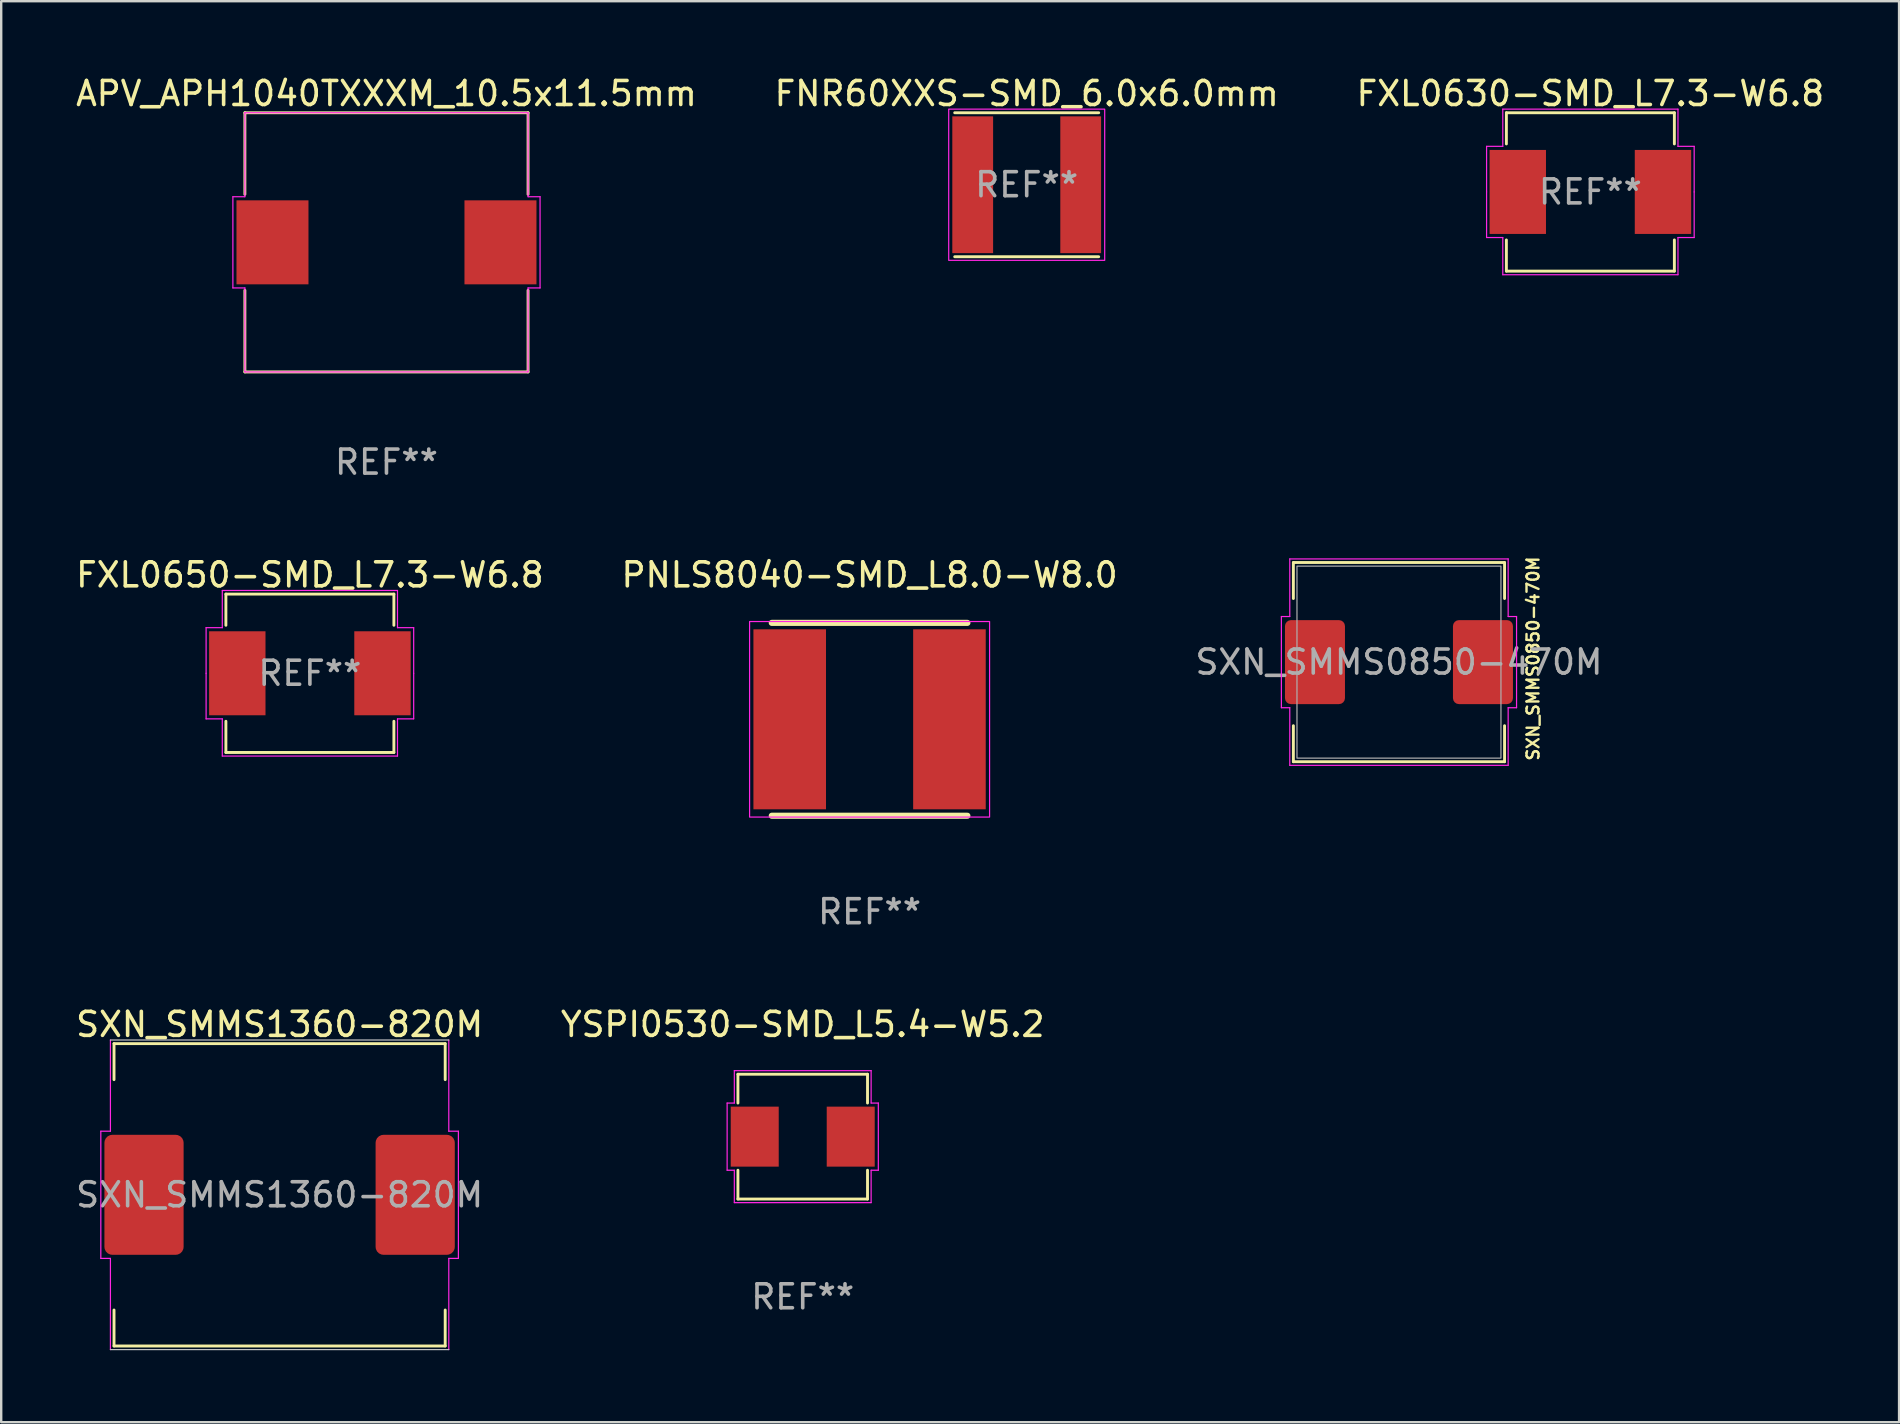
<source format=kicad_pcb>
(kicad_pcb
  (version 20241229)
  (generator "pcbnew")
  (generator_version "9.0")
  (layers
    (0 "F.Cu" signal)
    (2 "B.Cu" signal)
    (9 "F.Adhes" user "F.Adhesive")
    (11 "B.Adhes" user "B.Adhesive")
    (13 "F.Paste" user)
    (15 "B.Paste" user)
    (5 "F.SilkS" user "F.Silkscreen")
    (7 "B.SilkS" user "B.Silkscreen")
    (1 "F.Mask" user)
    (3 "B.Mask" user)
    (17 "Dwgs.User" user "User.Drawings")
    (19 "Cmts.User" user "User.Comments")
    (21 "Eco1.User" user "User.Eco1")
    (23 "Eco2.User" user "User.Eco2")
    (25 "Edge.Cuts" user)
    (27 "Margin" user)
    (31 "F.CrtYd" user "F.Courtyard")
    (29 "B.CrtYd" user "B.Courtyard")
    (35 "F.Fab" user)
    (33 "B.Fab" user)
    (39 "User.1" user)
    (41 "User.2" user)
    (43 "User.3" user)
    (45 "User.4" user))
  (footprint "FXL0650-SMD_L7.3-W6.8"
    (layer "F.Cu")
    (at 9.863 25.005)
    (property "Reference" "FXL0650-SMD_L7.3-W6.8" (at 0 -4.1 0) (layer "F.SilkS") (effects (font (size 1 1) (thickness 0.15))))
    (attr smd)
    (fp_line (start -3.5 -3.3) (end -3.5 -2) (stroke (width 0.12) (type solid)) (layer "F.SilkS"))
    (fp_line (start -3.5 -3.3) (end 3.5 -3.3) (stroke (width 0.12) (type solid)) (layer "F.SilkS"))
    (fp_line (start -3.5 2) (end -3.5 3.3) (stroke (width 0.12) (type solid)) (layer "F.SilkS"))
    (fp_line (start -3.5 3.3) (end 3.5 3.3) (stroke (width 0.12) (type solid)) (layer "F.SilkS"))
    (fp_line (start 3.5 -3.3) (end 3.5 -2) (stroke (width 0.12) (type solid)) (layer "F.SilkS"))
    (fp_line (start 3.5 2) (end 3.5 3.3) (stroke (width 0.12) (type solid)) (layer "F.SilkS"))
    (fp_line (start -4.325 -1.9) (end -4.325 0) (stroke (width 0.05) (type solid)) (layer "F.CrtYd"))
    (fp_line (start -4.325 1.9) (end -4.325 0) (stroke (width 0.05) (type solid)) (layer "F.CrtYd"))
    (fp_line (start -3.65 -3.45) (end -3.65 -1.9) (stroke (width 0.05) (type solid)) (layer "F.CrtYd"))
    (fp_line (start -3.65 -3.45) (end 3.65 -3.45) (stroke (width 0.05) (type solid)) (layer "F.CrtYd"))
    (fp_line (start -3.65 -1.9) (end -4.325 -1.9) (stroke (width 0.05) (type solid)) (layer "F.CrtYd"))
    (fp_line (start -3.65 1.9) (end -4.325 1.9) (stroke (width 0.05) (type solid)) (layer "F.CrtYd"))
    (fp_line (start -3.65 3.45) (end -3.65 1.9) (stroke (width 0.05) (type solid)) (layer "F.CrtYd"))
    (fp_line (start -3.65 3.45) (end 3.65 3.45) (stroke (width 0.05) (type solid)) (layer "F.CrtYd"))
    (fp_line (start 3.65 -3.45) (end 3.65 -1.9) (stroke (width 0.05) (type solid)) (layer "F.CrtYd"))
    (fp_line (start 3.65 -1.9) (end 4.325 -1.9) (stroke (width 0.05) (type solid)) (layer "F.CrtYd"))
    (fp_line (start 3.65 1.9) (end 4.325 1.9) (stroke (width 0.05) (type solid)) (layer "F.CrtYd"))
    (fp_line (start 3.65 3.45) (end 3.65 1.9) (stroke (width 0.05) (type solid)) (layer "F.CrtYd"))
    (fp_line (start 4.325 -1.9) (end 4.325 0) (stroke (width 0.05) (type solid)) (layer "F.CrtYd"))
    (fp_line (start 4.325 1.9) (end 4.325 0) (stroke (width 0.05) (type solid)) (layer "F.CrtYd"))
    (fp_text user "REF**" (at 0 0 0) (layer "F.Fab") (effects (font (size 1 1) (thickness 0.15))))
    (pad "1" smd rect (at -3.025 0) (size 2.35 3.5) (layers "F.Cu" "F.Mask" "F.Paste"))
    (pad "2" smd rect (at 3.025 0) (size 2.35 3.5) (layers "F.Cu" "F.Mask" "F.Paste")))
  (footprint "APV_APH1040TXXXM_10.5x11.5mm"
    (layer "F.Cu")
    (at 13.054 7.048)
    (property "Reference" "APV_APH1040TXXXM_10.5x11.5mm" (at -0.000013 -6.2 0) (layer "F.SilkS") (effects (font (size 1 1) (thickness 0.15))))
    (attr through_hole)
    (fp_line (start -5.9 -5.4) (end 5.9 -5.4) (stroke (width 0.12) (type solid)) (layer "F.SilkS"))
    (fp_line (start -5.9 -2) (end -5.9 -5.4) (stroke (width 0.12) (type solid)) (layer "F.SilkS"))
    (fp_line (start -5.9 5.4) (end -5.9 2) (stroke (width 0.12) (type solid)) (layer "F.SilkS"))
    (fp_line (start 5.9 -2) (end 5.9 -5.4) (stroke (width 0.12) (type solid)) (layer "F.SilkS"))
    (fp_line (start 5.9 5.4) (end -5.9 5.4) (stroke (width 0.12) (type solid)) (layer "F.SilkS"))
    (fp_line (start 5.9 5.4) (end 5.9 2) (stroke (width 0.12) (type solid)) (layer "F.SilkS"))
    (fp_line (start -6.4 -1.9) (end -6.4 1.9) (stroke (width 0.05) (type solid)) (layer "F.CrtYd"))
    (fp_line (start -6.4 1.9) (end -5.9 1.9) (stroke (width 0.05) (type solid)) (layer "F.CrtYd"))
    (fp_line (start -5.9 -5.4) (end -5.9 -1.9) (stroke (width 0.05) (type solid)) (layer "F.CrtYd"))
    (fp_line (start -5.9 -1.9) (end -6.4 -1.9) (stroke (width 0.05) (type solid)) (layer "F.CrtYd"))
    (fp_line (start -5.9 1.9) (end -5.9 5.4) (stroke (width 0.05) (type solid)) (layer "F.CrtYd"))
    (fp_line (start -5.9 5.4) (end 5.9 5.4) (stroke (width 0.05) (type solid)) (layer "F.CrtYd"))
    (fp_line (start 5.9 -5.4) (end -5.9 -5.4) (stroke (width 0.05) (type solid)) (layer "F.CrtYd"))
    (fp_line (start 5.9 -1.9) (end 5.9 -5.4) (stroke (width 0.05) (type solid)) (layer "F.CrtYd"))
    (fp_line (start 5.9 1.9) (end 6.4 1.9) (stroke (width 0.05) (type solid)) (layer "F.CrtYd"))
    (fp_line (start 5.9 5.4) (end 5.9 1.9) (stroke (width 0.05) (type solid)) (layer "F.CrtYd"))
    (fp_line (start 6.4 -1.9) (end 5.9 -1.9) (stroke (width 0.05) (type solid)) (layer "F.CrtYd"))
    (fp_line (start 6.4 1.9) (end 6.4 -1.9) (stroke (width 0.05) (type solid)) (layer "F.CrtYd"))
    (fp_text user "REF**" (at -0.000013 9.16 0) (layer "F.Fab") (effects (font (size 1 1) (thickness 0.15))))
    (pad "1" smd rect (at -4.75 0) (size 3 3.5) (layers "F.Cu" "F.Mask" "F.Paste"))
    (pad "2" smd rect (at 4.75 0) (size 3 3.5) (layers "F.Cu" "F.Mask" "F.Paste")))
  (footprint "YSPI0530-SMD_L5.4-W5.2"
    (layer "F.Cu")
    (at 30.399 44.313)
    (property "Reference" "YSPI0530-SMD_L5.4-W5.2" (at 0 -4.676 0) (layer "F.SilkS") (effects (font (size 1 1) (thickness 0.15))))
    (attr smd)
    (fp_line (start -2.7 -2.6) (end 2.7 -2.6) (stroke (width 0.12) (type solid)) (layer "F.SilkS"))
    (fp_line (start -2.7 -1.4) (end -2.7 -2.6) (stroke (width 0.12) (type solid)) (layer "F.SilkS"))
    (fp_line (start -2.7 1.4) (end -2.7 2.6) (stroke (width 0.12) (type solid)) (layer "F.SilkS"))
    (fp_line (start -2.7 2.6) (end 2.7 2.6) (stroke (width 0.12) (type solid)) (layer "F.SilkS"))
    (fp_line (start 2.7 -2.6) (end 2.7 -1.4) (stroke (width 0.12) (type solid)) (layer "F.SilkS"))
    (fp_line (start 2.7 2.6) (end 2.7 1.4) (stroke (width 0.12) (type solid)) (layer "F.SilkS"))
    (fp_line (start -3.15 -1.4) (end -3.15 1.4) (stroke (width 0.05) (type default)) (layer "F.CrtYd"))
    (fp_line (start -3.15 1.4) (end -2.85 1.4) (stroke (width 0.05) (type default)) (layer "F.CrtYd"))
    (fp_line (start -2.85 -2.75) (end -2.85 -1.4) (stroke (width 0.05) (type default)) (layer "F.CrtYd"))
    (fp_line (start -2.85 -1.4) (end -3.15 -1.4) (stroke (width 0.05) (type default)) (layer "F.CrtYd"))
    (fp_line (start -2.85 1.4) (end -2.85 2.75) (stroke (width 0.05) (type default)) (layer "F.CrtYd"))
    (fp_line (start -2.85 2.75) (end 2.85 2.75) (stroke (width 0.05) (type default)) (layer "F.CrtYd"))
    (fp_line (start 2.85 -2.75) (end -2.85 -2.75) (stroke (width 0.05) (type default)) (layer "F.CrtYd"))
    (fp_line (start 2.85 -1.4) (end 2.85 -2.75) (stroke (width 0.05) (type default)) (layer "F.CrtYd"))
    (fp_line (start 2.85 -1.4) (end 3.15 -1.4) (stroke (width 0.05) (type default)) (layer "F.CrtYd"))
    (fp_line (start 2.85 1.4) (end 3.15 1.4) (stroke (width 0.05) (type default)) (layer "F.CrtYd"))
    (fp_line (start 2.85 2.75) (end 2.85 1.4) (stroke (width 0.05) (type default)) (layer "F.CrtYd"))
    (fp_line (start 3.15 1.4) (end 3.15 -1.4) (stroke (width 0.05) (type default)) (layer "F.CrtYd"))
    (fp_text user "REF**" (at 0 6.676 0) (layer "F.Fab") (effects (font (size 1 1) (thickness 0.15))))
    (pad "1" smd rect (at 2 0) (size 2 2.5) (layers "F.Cu" "F.Mask" "F.Paste"))
    (pad "2" smd rect (at -2 0) (size 2 2.5) (layers "F.Cu" "F.Mask" "F.Paste")))
  (footprint "SXN_SMMS0850-470M"
    (layer "F.Cu")
    (at 55.244 24.54)
    (property "Reference" "SXN_SMMS0850-470M" (at 5.588 -0.146 90) (unlocked yes) (layer "F.SilkS") (effects (font (size 0.5 0.5) (thickness 0.1))))
    (attr smd)
    (fp_line (start -4.4 -4.15) (end -4.4 -2.65) (stroke (width 0.12) (type solid)) (layer "F.SilkS"))
    (fp_line (start -4.4 -4.15) (end 4.4 -4.15) (stroke (width 0.12) (type solid)) (layer "F.SilkS"))
    (fp_line (start -4.4 4.15) (end -4.4 2.65) (stroke (width 0.12) (type solid)) (layer "F.SilkS"))
    (fp_line (start 4.4 -4.15) (end 4.4 -2.65) (stroke (width 0.12) (type solid)) (layer "F.SilkS"))
    (fp_line (start 4.4 4.15) (end -4.4 4.15) (stroke (width 0.12) (type solid)) (layer "F.SilkS"))
    (fp_line (start 4.4 4.15) (end 4.4 2.65) (stroke (width 0.12) (type solid)) (layer "F.SilkS"))
    (fp_line (start -4.9 -1.9) (end -4.9 1.9) (stroke (width 0.05) (type solid)) (layer "F.CrtYd"))
    (fp_line (start -4.55 -4.3) (end -4.55 -1.9) (stroke (width 0.05) (type solid)) (layer "F.CrtYd"))
    (fp_line (start -4.55 -4.3) (end 4.55 -4.3) (stroke (width 0.05) (type solid)) (layer "F.CrtYd"))
    (fp_line (start -4.55 -1.9) (end -4.9 -1.9) (stroke (width 0.05) (type solid)) (layer "F.CrtYd"))
    (fp_line (start -4.55 1.9) (end -4.9 1.9) (stroke (width 0.05) (type solid)) (layer "F.CrtYd"))
    (fp_line (start -4.55 1.9) (end -4.55 4.3) (stroke (width 0.05) (type solid)) (layer "F.CrtYd"))
    (fp_line (start 4.55 -1.9) (end 4.55 -4.3) (stroke (width 0.05) (type solid)) (layer "F.CrtYd"))
    (fp_line (start 4.55 -1.9) (end 4.9 -1.9) (stroke (width 0.05) (type solid)) (layer "F.CrtYd"))
    (fp_line (start 4.55 1.9) (end 4.9 1.9) (stroke (width 0.05) (type solid)) (layer "F.CrtYd"))
    (fp_line (start 4.55 4.3) (end -4.55 4.3) (stroke (width 0.05) (type solid)) (layer "F.CrtYd"))
    (fp_line (start 4.55 4.3) (end 4.55 1.9) (stroke (width 0.05) (type solid)) (layer "F.CrtYd"))
    (fp_line (start 4.9 1.9) (end 4.9 -1.9) (stroke (width 0.05) (type solid)) (layer "F.CrtYd"))
    (fp_rect (start -4.25 4) (end 4.25 -4) (stroke (width 0.05) (type solid)) (fill no) (layer "F.Fab"))
    (fp_text user "${REFERENCE}" (at 0 0 0) (layer "F.Fab") (effects (font (size 1 1) (thickness 0.15))))
    (pad "1" smd roundrect (at -3.5 0) (size 2.5 3.5) (layers "F.Cu" "F.Mask" "F.Paste") (roundrect_rratio 0.1))
    (pad "2" smd roundrect (at 3.5 0) (size 2.5 3.5) (layers "F.Cu" "F.Mask" "F.Paste") (roundrect_rratio 0.1)))
  (footprint "SXN_SMMS1360-820M"
    (layer "F.Cu")
    (at 8.601 46.737)
    (property "Reference" "SXN_SMMS1360-820M" (at 0 -7.1 0) (unlocked yes) (layer "F.SilkS") (effects (font (size 1 1) (thickness 0.15))))
    (attr smd)
    (fp_line (start -6.9 -6.3) (end -6.9 -4.8) (stroke (width 0.12) (type solid)) (layer "F.SilkS"))
    (fp_line (start -6.9 6.3) (end -6.9 4.8) (stroke (width 0.12) (type solid)) (layer "F.SilkS"))
    (fp_line (start -6.9 6.3) (end 6.9 6.3) (stroke (width 0.12) (type solid)) (layer "F.SilkS"))
    (fp_line (start 6.9 -6.3) (end -6.9 -6.3) (stroke (width 0.12) (type solid)) (layer "F.SilkS"))
    (fp_line (start 6.9 -6.3) (end 6.9 -4.8) (stroke (width 0.12) (type solid)) (layer "F.SilkS"))
    (fp_line (start 6.9 6.3) (end 6.9 4.8) (stroke (width 0.12) (type solid)) (layer "F.SilkS"))
    (fp_line (start -7.05 -6.45) (end 7.05 -6.45) (stroke (width 0.05) (type solid)) (layer "Dwgs.User"))
    (fp_line (start -7.05 6.45) (end 7.05 6.45) (stroke (width 0.05) (type solid)) (layer "Dwgs.User"))
    (fp_line (start -7.45 -2.65) (end -7.45 2.65) (stroke (width 0.05) (type solid)) (layer "F.CrtYd"))
    (fp_line (start -7.05 -6.45) (end -7.05 -2.65) (stroke (width 0.05) (type solid)) (layer "F.CrtYd"))
    (fp_line (start -7.05 -2.65) (end -7.45 -2.65) (stroke (width 0.05) (type solid)) (layer "F.CrtYd"))
    (fp_line (start -7.05 2.65) (end -7.45 2.65) (stroke (width 0.05) (type solid)) (layer "F.CrtYd"))
    (fp_line (start -7.05 2.65) (end -7.05 6.45) (stroke (width 0.05) (type solid)) (layer "F.CrtYd"))
    (fp_line (start 7.05 -2.65) (end 7.05 -6.45) (stroke (width 0.05) (type solid)) (layer "F.CrtYd"))
    (fp_line (start 7.05 -2.65) (end 7.45 -2.65) (stroke (width 0.05) (type solid)) (layer "F.CrtYd"))
    (fp_line (start 7.05 2.65) (end 7.45 2.65) (stroke (width 0.05) (type solid)) (layer "F.CrtYd"))
    (fp_line (start 7.05 6.45) (end 7.05 2.65) (stroke (width 0.05) (type solid)) (layer "F.CrtYd"))
    (fp_line (start 7.45 2.65) (end 7.45 -2.65) (stroke (width 0.05) (type solid)) (layer "F.CrtYd"))
    (fp_text user "${REFERENCE}" (at 0 0 0) (layer "F.Fab") (effects (font (size 1 1) (thickness 0.15))))
    (pad "1" smd roundrect (at -5.65 0) (size 3.3 5) (layers "F.Cu" "F.Mask" "F.Paste") (roundrect_rratio 0.1))
    (pad "2" smd roundrect (at 5.65 0) (size 3.3 5) (layers "F.Cu" "F.Mask" "F.Paste") (roundrect_rratio 0.1)))
  (footprint "FNR60XXS-SMD_6.0x6.0mm"
    (layer "F.Cu")
    (at 39.732 4.648)
    (property "Reference" "FNR60XXS-SMD_6.0x6.0mm" (at 0 -3.8 0) (layer "F.SilkS") (effects (font (size 1 1) (thickness 0.15))))
    (attr through_hole)
    (fp_line (start -3 -3) (end 3 -3) (stroke (width 0.12) (type solid)) (layer "F.SilkS"))
    (fp_line (start -3 3) (end 3 3) (stroke (width 0.12) (type solid)) (layer "F.SilkS"))
    (fp_rect (start -3.25 -3.15) (end 3.25 3.15) (stroke (width 0.05) (type solid)) (fill no) (layer "F.CrtYd"))
    (fp_text user "REF**" (at 0 0 0) (layer "F.Fab") (effects (font (size 1 1) (thickness 0.15))))
    (pad "1" smd rect (at -2.25 0) (size 1.7 5.7) (layers "F.Cu" "F.Mask" "F.Paste"))
    (pad "2" smd rect (at 2.25 0) (size 1.7 5.7) (layers "F.Cu" "F.Mask" "F.Paste")))
  (footprint "FXL0630-SMD_L7.3-W6.8"
    (layer "F.Cu")
    (at 63.22 4.948)
    (property "Reference" "FXL0630-SMD_L7.3-W6.8" (at 0 -4.1 0) (layer "F.SilkS") (effects (font (size 1 1) (thickness 0.15))))
    (attr through_hole)
    (fp_line (start -3.5 -3.3) (end -3.5 -2) (stroke (width 0.12) (type solid)) (layer "F.SilkS"))
    (fp_line (start -3.5 -3.3) (end 3.5 -3.3) (stroke (width 0.12) (type solid)) (layer "F.SilkS"))
    (fp_line (start -3.5 2) (end -3.5 3.3) (stroke (width 0.12) (type solid)) (layer "F.SilkS"))
    (fp_line (start -3.5 3.3) (end 3.5 3.3) (stroke (width 0.12) (type solid)) (layer "F.SilkS"))
    (fp_line (start 3.5 -3.3) (end 3.5 -2) (stroke (width 0.12) (type solid)) (layer "F.SilkS"))
    (fp_line (start 3.5 2) (end 3.5 3.3) (stroke (width 0.12) (type solid)) (layer "F.SilkS"))
    (fp_line (start -4.325 -1.9) (end -4.325 0) (stroke (width 0.05) (type solid)) (layer "F.CrtYd"))
    (fp_line (start -4.325 1.9) (end -4.325 0) (stroke (width 0.05) (type solid)) (layer "F.CrtYd"))
    (fp_line (start -3.65 -3.45) (end -3.65 -1.9) (stroke (width 0.05) (type solid)) (layer "F.CrtYd"))
    (fp_line (start -3.65 -3.45) (end 3.65 -3.45) (stroke (width 0.05) (type solid)) (layer "F.CrtYd"))
    (fp_line (start -3.65 -1.9) (end -4.325 -1.9) (stroke (width 0.05) (type solid)) (layer "F.CrtYd"))
    (fp_line (start -3.65 1.9) (end -4.325 1.9) (stroke (width 0.05) (type solid)) (layer "F.CrtYd"))
    (fp_line (start -3.65 3.45) (end -3.65 1.9) (stroke (width 0.05) (type solid)) (layer "F.CrtYd"))
    (fp_line (start -3.65 3.45) (end 3.65 3.45) (stroke (width 0.05) (type solid)) (layer "F.CrtYd"))
    (fp_line (start 3.65 -3.45) (end 3.65 -1.9) (stroke (width 0.05) (type solid)) (layer "F.CrtYd"))
    (fp_line (start 3.65 -1.9) (end 4.325 -1.9) (stroke (width 0.05) (type solid)) (layer "F.CrtYd"))
    (fp_line (start 3.65 1.9) (end 4.325 1.9) (stroke (width 0.05) (type solid)) (layer "F.CrtYd"))
    (fp_line (start 3.65 3.45) (end 3.65 1.9) (stroke (width 0.05) (type solid)) (layer "F.CrtYd"))
    (fp_line (start 4.325 -1.9) (end 4.325 0) (stroke (width 0.05) (type solid)) (layer "F.CrtYd"))
    (fp_line (start 4.325 1.9) (end 4.325 0) (stroke (width 0.05) (type solid)) (layer "F.CrtYd"))
    (fp_text user "REF**" (at 0 0 0) (layer "F.Fab") (effects (font (size 1 1) (thickness 0.15))))
    (pad "1" smd rect (at -3.025 0) (size 2.35 3.5) (layers "F.Cu" "F.Mask" "F.Paste"))
    (pad "2" smd rect (at 3.025 0) (size 2.35 3.5) (layers "F.Cu" "F.Mask" "F.Paste")))
  (footprint "PNLS8040-SMD_L8.0-W8.0"
    (layer "F.Cu")
    (at 33.185 26.923)
    (property "Reference" "PNLS8040-SMD_L8.0-W8.0" (at 0 -6.018 0) (layer "F.SilkS") (effects (font (size 1 1) (thickness 0.15))))
    (attr through_hole)
    (fp_line (start -4.076 -4.018) (end 4.076 -4.018) (stroke (width 0.254) (type solid)) (layer "F.SilkS"))
    (fp_line (start -4.076 4.018) (end 4.076 4.018) (stroke (width 0.254) (type solid)) (layer "F.SilkS"))
    (fp_circle (center -3.97 3.97) (end -3.94 3.97) (stroke (width 0.06) (type solid)) (fill no) (layer "F.SilkS"))
    (fp_rect (start -5 -4.075) (end 5 4.075) (stroke (width 0.05) (type solid)) (fill no) (layer "F.CrtYd"))
    (fp_text user "REF**" (at 0 8.018 0) (layer "F.Fab") (effects (font (size 1 1) (thickness 0.15))))
    (pad "1" smd rect (at 3.328 0) (size 3.024 7.5) (layers "F.Cu" "F.Mask" "F.Paste"))
    (pad "2" smd rect (at -3.328 0) (size 3.024 7.5) (layers "F.Cu" "F.Mask" "F.Paste")))
  (gr_rect
    (start -3 -3)
    (end 76.083 56.212)
    (stroke (width 0.1) (type default))
    (fill no)
    (layer "Edge.Cuts")))
</source>
